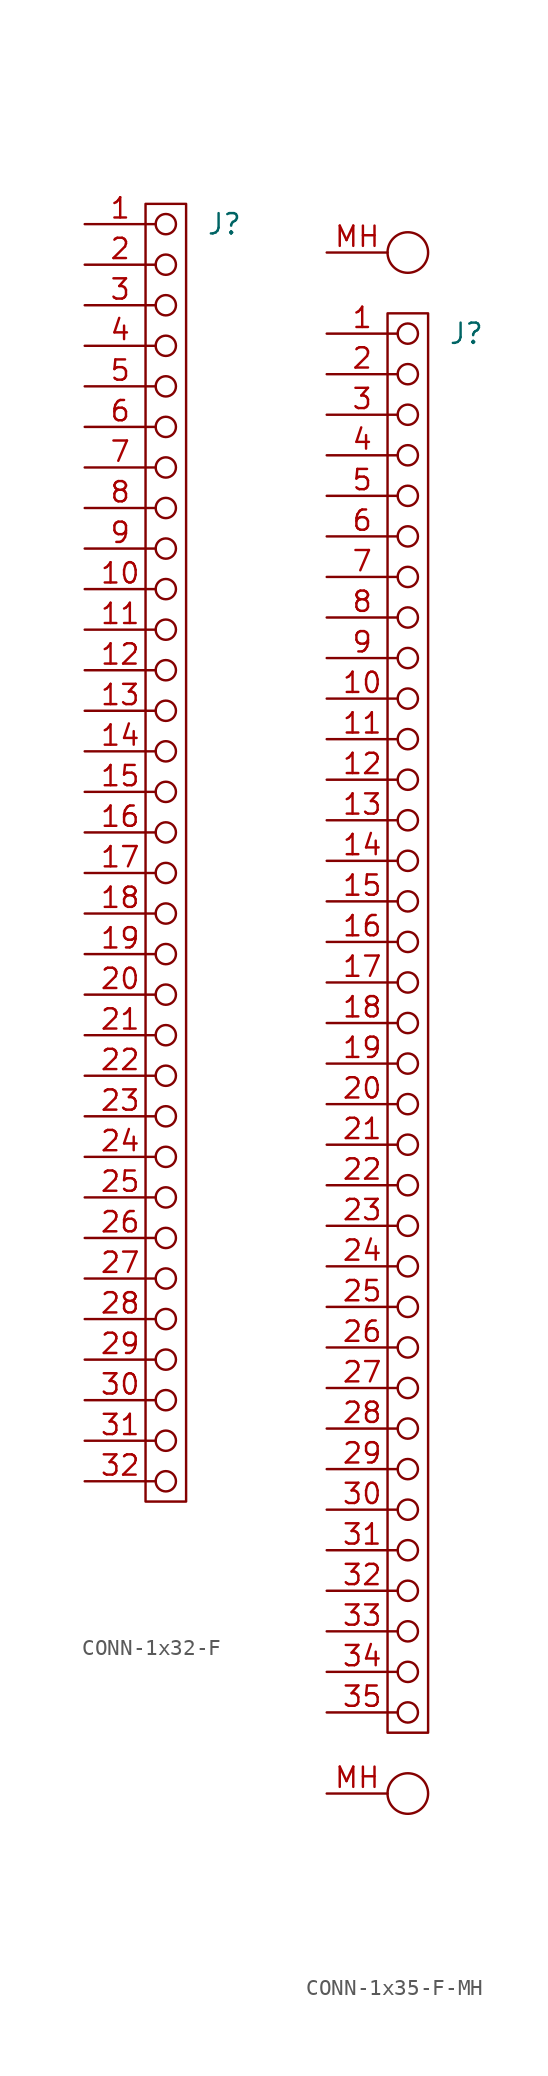
<source format=kicad_sym>
(kicad_symbol_lib
  (version 20231120)
  (generator "kicad_symbol_editor")
  (generator_version "8.0")
  (symbol "CONN-1x32-F"
    (pin_names
      (offset 0) hide)
    (property "Reference" "J"
      (at 7.62 0 0)
      (effects (font (size 1.27 1.27)) (justify left)))
    (property "Value" "${Manufacturer Part Number}"
      (at 7.62 -1.905 0)
      (effects (font (size 1.27 1.27)) (justify left)))
    (property "Manufacturer" ""
      (at 7.62 -2.54 0)
      (effects (font (size 0.762 0.762)) (justify left)))
    (property "Manufacturer Part Number" ""
      (at 7.62 -1.27 0)
      (effects (font (size 0.762 0.762)) (justify left)))
    (symbol "CONN-1x32-F_0_1"
      (rectangle (start 3.81 1.27) (end 6.35 -80.01) (stroke (width 0) (type default)) (fill (type none))))
    (symbol "CONN-1x32-F_1_1"
      (circle (center 5.08 -78.74) (radius 0.635) (stroke (width 0) (type default)) (fill (type none)))
      (circle (center 5.08 -76.2) (radius 0.635) (stroke (width 0) (type default)) (fill (type none)))
      (circle (center 5.08 -73.66) (radius 0.635) (stroke (width 0) (type default)) (fill (type none)))
      (circle (center 5.08 -71.12) (radius 0.635) (stroke (width 0) (type default)) (fill (type none)))
      (circle (center 5.08 -68.58) (radius 0.635) (stroke (width 0) (type default)) (fill (type none)))
      (circle (center 5.08 -66.04) (radius 0.635) (stroke (width 0) (type default)) (fill (type none)))
      (circle (center 5.08 -63.5) (radius 0.635) (stroke (width 0) (type default)) (fill (type none)))
      (circle (center 5.08 -60.96) (radius 0.635) (stroke (width 0) (type default)) (fill (type none)))
      (circle (center 5.08 -58.42) (radius 0.635) (stroke (width 0) (type default)) (fill (type none)))
      (circle (center 5.08 -55.88) (radius 0.635) (stroke (width 0) (type default)) (fill (type none)))
      (circle (center 5.08 -53.34) (radius 0.635) (stroke (width 0) (type default)) (fill (type none)))
      (circle (center 5.08 -50.8) (radius 0.635) (stroke (width 0) (type default)) (fill (type none)))
      (circle (center 5.08 -48.26) (radius 0.635) (stroke (width 0) (type default)) (fill (type none)))
      (circle (center 5.08 -45.72) (radius 0.635) (stroke (width 0) (type default)) (fill (type none)))
      (circle (center 5.08 -43.18) (radius 0.635) (stroke (width 0) (type default)) (fill (type none)))
      (circle (center 5.08 -40.64) (radius 0.635) (stroke (width 0) (type default)) (fill (type none)))
      (circle (center 5.08 -38.1) (radius 0.635) (stroke (width 0) (type default)) (fill (type none)))
      (circle (center 5.08 -35.56) (radius 0.635) (stroke (width 0) (type default)) (fill (type none)))
      (circle (center 5.08 -33.02) (radius 0.635) (stroke (width 0) (type default)) (fill (type none)))
      (circle (center 5.08 -30.48) (radius 0.635) (stroke (width 0) (type default)) (fill (type none)))
      (circle (center 5.08 -27.94) (radius 0.635) (stroke (width 0) (type default)) (fill (type none)))
      (circle (center 5.08 -25.4) (radius 0.635) (stroke (width 0) (type default)) (fill (type none)))
      (circle (center 5.08 -22.86) (radius 0.635) (stroke (width 0) (type default)) (fill (type none)))
      (circle (center 5.08 -20.32) (radius 0.635) (stroke (width 0) (type default)) (fill (type none)))
      (circle (center 5.08 -17.78) (radius 0.635) (stroke (width 0) (type default)) (fill (type none)))
      (circle (center 5.08 -15.24) (radius 0.635) (stroke (width 0) (type default)) (fill (type none)))
      (circle (center 5.08 -12.7) (radius 0.635) (stroke (width 0) (type default)) (fill (type none)))
      (circle (center 5.08 -10.16) (radius 0.635) (stroke (width 0) (type default)) (fill (type none)))
      (circle (center 5.08 -7.62) (radius 0.635) (stroke (width 0) (type default)) (fill (type none)))
      (circle (center 5.08 -5.08) (radius 0.635) (stroke (width 0) (type default)) (fill (type none)))
      (circle (center 5.08 -2.54) (radius 0.635) (stroke (width 0) (type default)) (fill (type none)))
      (circle (center 5.08 0) (radius 0.635) (stroke (width 0) (type default)) (fill (type none)))
      (pin passive line (at 0 0 0) (length 4.445) (name "1" (effects (font (size 1.27 1.27)))) (number "1" (effects (font (size 1.27 1.27)))))
      (pin passive line (at 0 -22.86 0) (length 4.445) (name "10" (effects (font (size 1.27 1.27)))) (number "10" (effects (font (size 1.27 1.27)))))
      (pin passive line (at 0 -25.4 0) (length 4.445) (name "11" (effects (font (size 1.27 1.27)))) (number "11" (effects (font (size 1.27 1.27)))))
      (pin passive line (at 0 -27.94 0) (length 4.445) (name "12" (effects (font (size 1.27 1.27)))) (number "12" (effects (font (size 1.27 1.27)))))
      (pin passive line (at 0 -30.48 0) (length 4.445) (name "13" (effects (font (size 1.27 1.27)))) (number "13" (effects (font (size 1.27 1.27)))))
      (pin passive line (at 0 -33.02 0) (length 4.445) (name "14" (effects (font (size 1.27 1.27)))) (number "14" (effects (font (size 1.27 1.27)))))
      (pin passive line (at 0 -35.56 0) (length 4.445) (name "15" (effects (font (size 1.27 1.27)))) (number "15" (effects (font (size 1.27 1.27)))))
      (pin passive line (at 0 -38.1 0) (length 4.445) (name "16" (effects (font (size 1.27 1.27)))) (number "16" (effects (font (size 1.27 1.27)))))
      (pin passive line (at 0 -40.64 0) (length 4.445) (name "17" (effects (font (size 1.27 1.27)))) (number "17" (effects (font (size 1.27 1.27)))))
      (pin passive line (at 0 -43.18 0) (length 4.445) (name "18" (effects (font (size 1.27 1.27)))) (number "18" (effects (font (size 1.27 1.27)))))
      (pin passive line (at 0 -45.72 0) (length 4.445) (name "19" (effects (font (size 1.27 1.27)))) (number "19" (effects (font (size 1.27 1.27)))))
      (pin passive line (at 0 -2.54 0) (length 4.445) (name "2" (effects (font (size 1.27 1.27)))) (number "2" (effects (font (size 1.27 1.27)))))
      (pin passive line (at 0 -48.26 0) (length 4.445) (name "20" (effects (font (size 1.27 1.27)))) (number "20" (effects (font (size 1.27 1.27)))))
      (pin passive line (at 0 -50.8 0) (length 4.445) (name "21" (effects (font (size 1.27 1.27)))) (number "21" (effects (font (size 1.27 1.27)))))
      (pin passive line (at 0 -53.34 0) (length 4.445) (name "22" (effects (font (size 1.27 1.27)))) (number "22" (effects (font (size 1.27 1.27)))))
      (pin passive line (at 0 -55.88 0) (length 4.445) (name "23" (effects (font (size 1.27 1.27)))) (number "23" (effects (font (size 1.27 1.27)))))
      (pin passive line (at 0 -58.42 0) (length 4.445) (name "24" (effects (font (size 1.27 1.27)))) (number "24" (effects (font (size 1.27 1.27)))))
      (pin passive line (at 0 -60.96 0) (length 4.445) (name "25" (effects (font (size 1.27 1.27)))) (number "25" (effects (font (size 1.27 1.27)))))
      (pin passive line (at 0 -63.5 0) (length 4.445) (name "26" (effects (font (size 1.27 1.27)))) (number "26" (effects (font (size 1.27 1.27)))))
      (pin passive line (at 0 -66.04 0) (length 4.445) (name "27" (effects (font (size 1.27 1.27)))) (number "27" (effects (font (size 1.27 1.27)))))
      (pin passive line (at 0 -68.58 0) (length 4.445) (name "28" (effects (font (size 1.27 1.27)))) (number "28" (effects (font (size 1.27 1.27)))))
      (pin passive line (at 0 -71.12 0) (length 4.445) (name "29" (effects (font (size 1.27 1.27)))) (number "29" (effects (font (size 1.27 1.27)))))
      (pin passive line (at 0 -5.08 0) (length 4.445) (name "3" (effects (font (size 1.27 1.27)))) (number "3" (effects (font (size 1.27 1.27)))))
      (pin passive line (at 0 -73.66 0) (length 4.445) (name "30" (effects (font (size 1.27 1.27)))) (number "30" (effects (font (size 1.27 1.27)))))
      (pin passive line (at 0 -76.2 0) (length 4.445) (name "31" (effects (font (size 1.27 1.27)))) (number "31" (effects (font (size 1.27 1.27)))))
      (pin passive line (at 0 -78.74 0) (length 4.445) (name "32" (effects (font (size 1.27 1.27)))) (number "32" (effects (font (size 1.27 1.27)))))
      (pin passive line (at 0 -7.62 0) (length 4.445) (name "4" (effects (font (size 1.27 1.27)))) (number "4" (effects (font (size 1.27 1.27)))))
      (pin passive line (at 0 -10.16 0) (length 4.445) (name "5" (effects (font (size 1.27 1.27)))) (number "5" (effects (font (size 1.27 1.27)))))
      (pin passive line (at 0 -12.7 0) (length 4.445) (name "6" (effects (font (size 1.27 1.27)))) (number "6" (effects (font (size 1.27 1.27)))))
      (pin passive line (at 0 -15.24 0) (length 4.445) (name "7" (effects (font (size 1.27 1.27)))) (number "7" (effects (font (size 1.27 1.27)))))
      (pin passive line (at 0 -17.78 0) (length 4.445) (name "8" (effects (font (size 1.27 1.27)))) (number "8" (effects (font (size 1.27 1.27)))))
      (pin passive line (at 0 -20.32 0) (length 4.445) (name "9" (effects (font (size 1.27 1.27)))) (number "9" (effects (font (size 1.27 1.27)))))))
  (symbol "CONN-1x35-F-MH"
    (pin_names
      (offset 0) hide)
    (property "Reference" "J"
      (at 7.62 0 0)
      (effects (font (size 1.27 1.27)) (justify left)))
    (property "Value" "${Manufacturer Part Number}"
      (at 7.62 -1.905 0)
      (effects (font (size 1.27 1.27)) (justify left)))
    (property "Manufacturer" ""
      (at 7.62 -2.54 0)
      (effects (font (size 0.762 0.762)) (justify left)))
    (property "Manufacturer Part Number" ""
      (at 7.62 -1.27 0)
      (effects (font (size 0.762 0.762)) (justify left)))
    (symbol "CONN-1x35-F-MH_0_1"
      (rectangle (start 3.81 1.27) (end 6.35 -87.63) (stroke (width 0) (type default)) (fill (type none))))
    (symbol "CONN-1x35-F-MH_1_1"
      (circle (center 5.08 -91.44) (radius 1.27) (stroke (width 0) (type default)) (fill (type none)))
      (circle (center 5.08 -86.36) (radius 0.635) (stroke (width 0) (type default)) (fill (type none)))
      (circle (center 5.08 -83.82) (radius 0.635) (stroke (width 0) (type default)) (fill (type none)))
      (circle (center 5.08 -81.28) (radius 0.635) (stroke (width 0) (type default)) (fill (type none)))
      (circle (center 5.08 -78.74) (radius 0.635) (stroke (width 0) (type default)) (fill (type none)))
      (circle (center 5.08 -76.2) (radius 0.635) (stroke (width 0) (type default)) (fill (type none)))
      (circle (center 5.08 -73.66) (radius 0.635) (stroke (width 0) (type default)) (fill (type none)))
      (circle (center 5.08 -71.12) (radius 0.635) (stroke (width 0) (type default)) (fill (type none)))
      (circle (center 5.08 -68.58) (radius 0.635) (stroke (width 0) (type default)) (fill (type none)))
      (circle (center 5.08 -66.04) (radius 0.635) (stroke (width 0) (type default)) (fill (type none)))
      (circle (center 5.08 -63.5) (radius 0.635) (stroke (width 0) (type default)) (fill (type none)))
      (circle (center 5.08 -60.96) (radius 0.635) (stroke (width 0) (type default)) (fill (type none)))
      (circle (center 5.08 -58.42) (radius 0.635) (stroke (width 0) (type default)) (fill (type none)))
      (circle (center 5.08 -55.88) (radius 0.635) (stroke (width 0) (type default)) (fill (type none)))
      (circle (center 5.08 -53.34) (radius 0.635) (stroke (width 0) (type default)) (fill (type none)))
      (circle (center 5.08 -50.8) (radius 0.635) (stroke (width 0) (type default)) (fill (type none)))
      (circle (center 5.08 -48.26) (radius 0.635) (stroke (width 0) (type default)) (fill (type none)))
      (circle (center 5.08 -45.72) (radius 0.635) (stroke (width 0) (type default)) (fill (type none)))
      (circle (center 5.08 -43.18) (radius 0.635) (stroke (width 0) (type default)) (fill (type none)))
      (circle (center 5.08 -40.64) (radius 0.635) (stroke (width 0) (type default)) (fill (type none)))
      (circle (center 5.08 -38.1) (radius 0.635) (stroke (width 0) (type default)) (fill (type none)))
      (circle (center 5.08 -35.56) (radius 0.635) (stroke (width 0) (type default)) (fill (type none)))
      (circle (center 5.08 -33.02) (radius 0.635) (stroke (width 0) (type default)) (fill (type none)))
      (circle (center 5.08 -30.48) (radius 0.635) (stroke (width 0) (type default)) (fill (type none)))
      (circle (center 5.08 -27.94) (radius 0.635) (stroke (width 0) (type default)) (fill (type none)))
      (circle (center 5.08 -25.4) (radius 0.635) (stroke (width 0) (type default)) (fill (type none)))
      (circle (center 5.08 -22.86) (radius 0.635) (stroke (width 0) (type default)) (fill (type none)))
      (circle (center 5.08 -20.32) (radius 0.635) (stroke (width 0) (type default)) (fill (type none)))
      (circle (center 5.08 -17.78) (radius 0.635) (stroke (width 0) (type default)) (fill (type none)))
      (circle (center 5.08 -15.24) (radius 0.635) (stroke (width 0) (type default)) (fill (type none)))
      (circle (center 5.08 -12.7) (radius 0.635) (stroke (width 0) (type default)) (fill (type none)))
      (circle (center 5.08 -10.16) (radius 0.635) (stroke (width 0) (type default)) (fill (type none)))
      (circle (center 5.08 -7.62) (radius 0.635) (stroke (width 0) (type default)) (fill (type none)))
      (circle (center 5.08 -5.08) (radius 0.635) (stroke (width 0) (type default)) (fill (type none)))
      (circle (center 5.08 -2.54) (radius 0.635) (stroke (width 0) (type default)) (fill (type none)))
      (circle (center 5.08 0) (radius 0.635) (stroke (width 0) (type default)) (fill (type none)))
      (circle (center 5.08 5.08) (radius 1.27) (stroke (width 0) (type default)) (fill (type none)))
      (pin passive line (at 0 0 0) (length 4.445) (name "1" (effects (font (size 1.27 1.27)))) (number "1" (effects (font (size 1.27 1.27)))))
      (pin passive line (at 0 -22.86 0) (length 4.445) (name "10" (effects (font (size 1.27 1.27)))) (number "10" (effects (font (size 1.27 1.27)))))
      (pin passive line (at 0 -25.4 0) (length 4.445) (name "11" (effects (font (size 1.27 1.27)))) (number "11" (effects (font (size 1.27 1.27)))))
      (pin passive line (at 0 -27.94 0) (length 4.445) (name "12" (effects (font (size 1.27 1.27)))) (number "12" (effects (font (size 1.27 1.27)))))
      (pin passive line (at 0 -30.48 0) (length 4.445) (name "13" (effects (font (size 1.27 1.27)))) (number "13" (effects (font (size 1.27 1.27)))))
      (pin passive line (at 0 -33.02 0) (length 4.445) (name "14" (effects (font (size 1.27 1.27)))) (number "14" (effects (font (size 1.27 1.27)))))
      (pin passive line (at 0 -35.56 0) (length 4.445) (name "15" (effects (font (size 1.27 1.27)))) (number "15" (effects (font (size 1.27 1.27)))))
      (pin passive line (at 0 -38.1 0) (length 4.445) (name "16" (effects (font (size 1.27 1.27)))) (number "16" (effects (font (size 1.27 1.27)))))
      (pin passive line (at 0 -40.64 0) (length 4.445) (name "17" (effects (font (size 1.27 1.27)))) (number "17" (effects (font (size 1.27 1.27)))))
      (pin passive line (at 0 -43.18 0) (length 4.445) (name "18" (effects (font (size 1.27 1.27)))) (number "18" (effects (font (size 1.27 1.27)))))
      (pin passive line (at 0 -45.72 0) (length 4.445) (name "19" (effects (font (size 1.27 1.27)))) (number "19" (effects (font (size 1.27 1.27)))))
      (pin passive line (at 0 -2.54 0) (length 4.445) (name "2" (effects (font (size 1.27 1.27)))) (number "2" (effects (font (size 1.27 1.27)))))
      (pin passive line (at 0 -48.26 0) (length 4.445) (name "20" (effects (font (size 1.27 1.27)))) (number "20" (effects (font (size 1.27 1.27)))))
      (pin passive line (at 0 -50.8 0) (length 4.445) (name "21" (effects (font (size 1.27 1.27)))) (number "21" (effects (font (size 1.27 1.27)))))
      (pin passive line (at 0 -53.34 0) (length 4.445) (name "22" (effects (font (size 1.27 1.27)))) (number "22" (effects (font (size 1.27 1.27)))))
      (pin passive line (at 0 -55.88 0) (length 4.445) (name "23" (effects (font (size 1.27 1.27)))) (number "23" (effects (font (size 1.27 1.27)))))
      (pin passive line (at 0 -58.42 0) (length 4.445) (name "24" (effects (font (size 1.27 1.27)))) (number "24" (effects (font (size 1.27 1.27)))))
      (pin passive line (at 0 -60.96 0) (length 4.445) (name "25" (effects (font (size 1.27 1.27)))) (number "25" (effects (font (size 1.27 1.27)))))
      (pin passive line (at 0 -63.5 0) (length 4.445) (name "26" (effects (font (size 1.27 1.27)))) (number "26" (effects (font (size 1.27 1.27)))))
      (pin passive line (at 0 -66.04 0) (length 4.445) (name "27" (effects (font (size 1.27 1.27)))) (number "27" (effects (font (size 1.27 1.27)))))
      (pin passive line (at 0 -68.58 0) (length 4.445) (name "28" (effects (font (size 1.27 1.27)))) (number "28" (effects (font (size 1.27 1.27)))))
      (pin passive line (at 0 -71.12 0) (length 4.445) (name "29" (effects (font (size 1.27 1.27)))) (number "29" (effects (font (size 1.27 1.27)))))
      (pin passive line (at 0 -5.08 0) (length 4.445) (name "3" (effects (font (size 1.27 1.27)))) (number "3" (effects (font (size 1.27 1.27)))))
      (pin passive line (at 0 -73.66 0) (length 4.445) (name "30" (effects (font (size 1.27 1.27)))) (number "30" (effects (font (size 1.27 1.27)))))
      (pin passive line (at 0 -76.2 0) (length 4.445) (name "31" (effects (font (size 1.27 1.27)))) (number "31" (effects (font (size 1.27 1.27)))))
      (pin passive line (at 0 -78.74 0) (length 4.445) (name "32" (effects (font (size 1.27 1.27)))) (number "32" (effects (font (size 1.27 1.27)))))
      (pin passive line (at 0 -81.28 0) (length 4.445) (name "33" (effects (font (size 1.27 1.27)))) (number "33" (effects (font (size 1.27 1.27)))))
      (pin passive line (at 0 -83.82 0) (length 4.445) (name "34" (effects (font (size 1.27 1.27)))) (number "34" (effects (font (size 1.27 1.27)))))
      (pin passive line (at 0 -86.36 0) (length 4.445) (name "35" (effects (font (size 1.27 1.27)))) (number "35" (effects (font (size 1.27 1.27)))))
      (pin passive line (at 0 -7.62 0) (length 4.445) (name "4" (effects (font (size 1.27 1.27)))) (number "4" (effects (font (size 1.27 1.27)))))
      (pin passive line (at 0 -10.16 0) (length 4.445) (name "5" (effects (font (size 1.27 1.27)))) (number "5" (effects (font (size 1.27 1.27)))))
      (pin passive line (at 0 -12.7 0) (length 4.445) (name "6" (effects (font (size 1.27 1.27)))) (number "6" (effects (font (size 1.27 1.27)))))
      (pin passive line (at 0 -15.24 0) (length 4.445) (name "7" (effects (font (size 1.27 1.27)))) (number "7" (effects (font (size 1.27 1.27)))))
      (pin passive line (at 0 -17.78 0) (length 4.445) (name "8" (effects (font (size 1.27 1.27)))) (number "8" (effects (font (size 1.27 1.27)))))
      (pin passive line (at 0 -20.32 0) (length 4.445) (name "9" (effects (font (size 1.27 1.27)))) (number "9" (effects (font (size 1.27 1.27)))))
      (pin passive line (at 0 -91.44 0) (length 3.81) (name "MH" (effects (font (size 1.27 1.27)))) (number "MH" (effects (font (size 1.27 1.27)))))
      (pin passive line (at 0 5.08 0) (length 3.81) (name "MH" (effects (font (size 1.27 1.27)))) (number "MH" (effects (font (size 1.27 1.27))))))))
</source>
